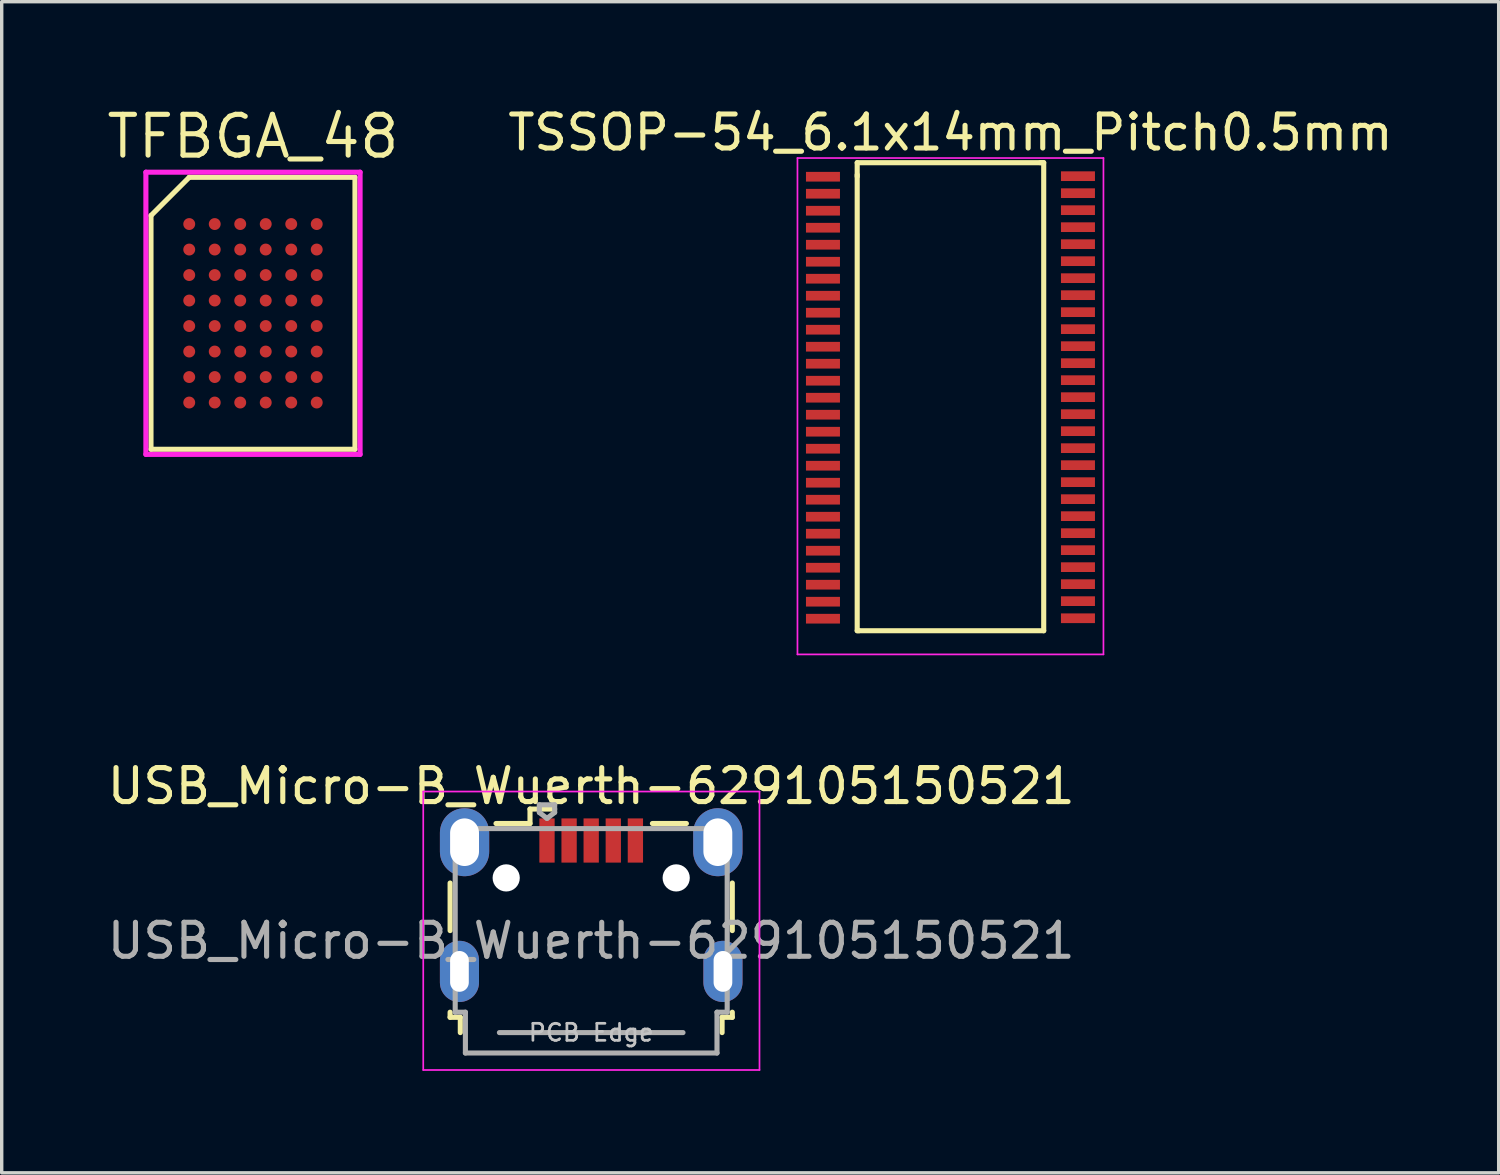
<source format=kicad_pcb>
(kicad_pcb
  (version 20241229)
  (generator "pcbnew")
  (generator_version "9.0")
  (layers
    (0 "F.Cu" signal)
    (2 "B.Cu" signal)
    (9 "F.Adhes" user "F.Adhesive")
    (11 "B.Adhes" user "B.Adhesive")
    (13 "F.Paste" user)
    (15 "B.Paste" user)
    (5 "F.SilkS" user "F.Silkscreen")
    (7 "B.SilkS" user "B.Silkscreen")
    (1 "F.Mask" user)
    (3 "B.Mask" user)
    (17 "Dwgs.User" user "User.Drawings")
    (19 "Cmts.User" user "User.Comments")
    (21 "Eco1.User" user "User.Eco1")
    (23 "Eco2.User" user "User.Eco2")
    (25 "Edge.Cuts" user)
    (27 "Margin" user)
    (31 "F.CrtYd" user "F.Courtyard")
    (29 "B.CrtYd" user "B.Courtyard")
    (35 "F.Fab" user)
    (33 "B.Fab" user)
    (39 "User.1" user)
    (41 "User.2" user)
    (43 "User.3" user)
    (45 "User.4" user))
  (footprint "USB_Micro-B_Wuerth-629105150521"
    (layer "F.Cu")
    (at 14.339 23.572)
    (property "Reference" "USB_Micro-B_Wuerth-629105150521" (at 0 -3.5 0) (layer "F.SilkS") (effects (font (size 1 1) (thickness 0.15))))
    (attr smd)
    (fp_line (start -4.15 -0.65) (end -4.15 0.75) (stroke (width 0.15) (type solid)) (layer "F.SilkS"))
    (fp_line (start -4.15 3.15) (end -4.15 3.3) (stroke (width 0.15) (type solid)) (layer "F.SilkS"))
    (fp_line (start -4.15 3.3) (end -3.85 3.3) (stroke (width 0.15) (type solid)) (layer "F.SilkS"))
    (fp_line (start -3.85 3.3) (end -3.85 3.75) (stroke (width 0.15) (type solid)) (layer "F.SilkS"))
    (fp_line (start -1.8 -2.825) (end -1.8 -2.4) (stroke (width 0.15) (type solid)) (layer "F.SilkS"))
    (fp_line (start -1.8 -2.4) (end -2.8 -2.4) (stroke (width 0.15) (type solid)) (layer "F.SilkS"))
    (fp_line (start -1.075 -2.825) (end -1.8 -2.825) (stroke (width 0.15) (type solid)) (layer "F.SilkS"))
    (fp_line (start 1.8 -2.4) (end 2.8 -2.4) (stroke (width 0.15) (type solid)) (layer "F.SilkS"))
    (fp_line (start 3.85 3.3) (end 4.15 3.3) (stroke (width 0.15) (type solid)) (layer "F.SilkS"))
    (fp_line (start 3.85 3.75) (end 3.85 3.3) (stroke (width 0.15) (type solid)) (layer "F.SilkS"))
    (fp_line (start 4.15 0.75) (end 4.15 -0.65) (stroke (width 0.15) (type solid)) (layer "F.SilkS"))
    (fp_line (start 4.15 3.3) (end 4.15 3.15) (stroke (width 0.15) (type solid)) (layer "F.SilkS"))
    (fp_line (start -4.94 -3.34) (end -4.94 4.85) (stroke (width 0.05) (type solid)) (layer "F.CrtYd"))
    (fp_line (start -4.94 4.85) (end 4.95 4.85) (stroke (width 0.05) (type solid)) (layer "F.CrtYd"))
    (fp_line (start 4.95 -3.34) (end -4.94 -3.34) (stroke (width 0.05) (type solid)) (layer "F.CrtYd"))
    (fp_line (start 4.95 4.85) (end 4.95 -3.34) (stroke (width 0.05) (type solid)) (layer "F.CrtYd"))
    (fp_line (start -4 -2.25) (end -4 3.15) (stroke (width 0.15) (type solid)) (layer "F.Fab"))
    (fp_line (start -4 3.15) (end -3.7 3.15) (stroke (width 0.15) (type solid)) (layer "F.Fab"))
    (fp_line (start -3.7 3.15) (end -3.7 4.35) (stroke (width 0.15) (type solid)) (layer "F.Fab"))
    (fp_line (start -3.7 4.35) (end 3.7 4.35) (stroke (width 0.15) (type solid)) (layer "F.Fab"))
    (fp_line (start -2.7 3.75) (end 2.7 3.75) (stroke (width 0.15) (type solid)) (layer "F.Fab"))
    (fp_line (start -1.525 -2.95) (end -1.075 -2.95) (stroke (width 0.15) (type solid)) (layer "F.Fab"))
    (fp_line (start -1.525 -2.725) (end -1.525 -2.95) (stroke (width 0.15) (type solid)) (layer "F.Fab"))
    (fp_line (start -1.3 -2.55) (end -1.525 -2.725) (stroke (width 0.15) (type solid)) (layer "F.Fab"))
    (fp_line (start -1.075 -2.95) (end -1.075 -2.725) (stroke (width 0.15) (type solid)) (layer "F.Fab"))
    (fp_line (start -1.075 -2.725) (end -1.3 -2.55) (stroke (width 0.15) (type solid)) (layer "F.Fab"))
    (fp_line (start 3.7 3.15) (end 4 3.15) (stroke (width 0.15) (type solid)) (layer "F.Fab"))
    (fp_line (start 3.7 4.35) (end 3.7 3.15) (stroke (width 0.15) (type solid)) (layer "F.Fab"))
    (fp_line (start 4 -2.25) (end -4 -2.25) (stroke (width 0.15) (type solid)) (layer "F.Fab"))
    (fp_line (start 4 3.15) (end 4 -2.25) (stroke (width 0.15) (type solid)) (layer "F.Fab"))
    (fp_text user "PCB Edge" (at 0 3.75 0) (layer "Dwgs.User") (effects (font (size 0.5 0.5) (thickness 0.08))))
    (fp_text user "${REFERENCE}" (at 0 1.05 0) (layer "F.Fab") (effects (font (size 1 1) (thickness 0.15))))
    (pad "" np_thru_hole oval (at -2.5 -0.8) (size 0.8 0.8) (drill 0.8) (layers "*.Cu" "*.Mask"))
    (pad "" np_thru_hole oval (at 2.5 -0.8) (size 0.8 0.8) (drill 0.8) (layers "*.Cu" "*.Mask"))
    (pad "1" smd rect (at -1.3 -1.9) (size 0.45 1.3) (layers "F.Cu" "F.Mask" "F.Paste"))
    (pad "2" smd rect (at -0.65 -1.9) (size 0.45 1.3) (layers "F.Cu" "F.Mask" "F.Paste"))
    (pad "3" smd rect (at 0 -1.9) (size 0.45 1.3) (layers "F.Cu" "F.Mask" "F.Paste"))
    (pad "4" smd rect (at 0.65 -1.9) (size 0.45 1.3) (layers "F.Cu" "F.Mask" "F.Paste"))
    (pad "5" smd rect (at 1.3 -1.9) (size 0.45 1.3) (layers "F.Cu" "F.Mask" "F.Paste"))
    (pad "6" thru_hole oval (at -3.875 1.95) (size 1.15 1.8) (drill oval 0.55 1.2) (layers "*.Cu" "*.Mask"))
    (pad "6" thru_hole oval (at -3.725 -1.85) (size 1.45 2) (drill oval 0.85 1.4) (layers "*.Cu" "*.Mask"))
    (pad "6" thru_hole oval (at 3.725 -1.85) (size 1.45 2) (drill oval 0.85 1.4) (layers "*.Cu" "*.Mask"))
    (pad "6" thru_hole oval (at 3.875 1.95) (size 1.15 1.8) (drill oval 0.55 1.2) (layers "*.Cu" "*.Mask")))
  (footprint "TSSOP-54_6.1x14mm_Pitch0.5mm"
    (layer "F.Cu")
    (at 24.906 8.898)
    (property "Reference" "TSSOP-54_6.1x14mm_Pitch0.5mm" (at 0 -8.05 0) (layer "F.SilkS") (effects (font (size 1 1) (thickness 0.15))))
    (attr smd)
    (fp_line (start -2.743 -7.163) (end 2.642 -7.163) (stroke (width 0.15) (type solid)) (layer "F.SilkS"))
    (fp_line (start -2.743 -6.756) (end -2.743 -7.163) (stroke (width 0.15) (type solid)) (layer "F.SilkS"))
    (fp_line (start -2.743 6.604) (end -2.743 -6.807) (stroke (width 0.15) (type solid)) (layer "F.SilkS"))
    (fp_line (start -2.692 6.604) (end -2.743 6.604) (stroke (width 0.15) (type solid)) (layer "F.SilkS"))
    (fp_line (start 2.642 -7.163) (end 2.692 -7.163) (stroke (width 0.15) (type solid)) (layer "F.SilkS"))
    (fp_line (start 2.692 -7.163) (end 2.743 -7.163) (stroke (width 0.15) (type solid)) (layer "F.SilkS"))
    (fp_line (start 2.743 -7.163) (end 2.743 6.604) (stroke (width 0.15) (type solid)) (layer "F.SilkS"))
    (fp_line (start 2.743 6.604) (end -2.692 6.604) (stroke (width 0.15) (type solid)) (layer "F.SilkS"))
    (fp_line (start -4.5 -7.3) (end -4.5 7.3) (stroke (width 0.05) (type solid)) (layer "F.CrtYd"))
    (fp_line (start -4.5 -7.3) (end 4.5 -7.3) (stroke (width 0.05) (type solid)) (layer "F.CrtYd"))
    (fp_line (start -4.5 7.3) (end 4.5 7.3) (stroke (width 0.05) (type solid)) (layer "F.CrtYd"))
    (fp_line (start 4.5 -7.3) (end 4.5 7.3) (stroke (width 0.05) (type solid)) (layer "F.CrtYd"))
    (pad "1" smd rect (at -3.75 -6.75) (size 1 0.285) (layers "F.Cu" "F.Mask" "F.Paste"))
    (pad "2" smd rect (at -3.75 -6.25) (size 1 0.285) (layers "F.Cu" "F.Mask" "F.Paste"))
    (pad "3" smd rect (at -3.75 -5.75) (size 1 0.285) (layers "F.Cu" "F.Mask" "F.Paste"))
    (pad "4" smd rect (at -3.75 -5.25) (size 1 0.285) (layers "F.Cu" "F.Mask" "F.Paste"))
    (pad "5" smd rect (at -3.75 -4.75) (size 1 0.285) (layers "F.Cu" "F.Mask" "F.Paste"))
    (pad "6" smd rect (at -3.75 -4.25) (size 1 0.285) (layers "F.Cu" "F.Mask" "F.Paste"))
    (pad "7" smd rect (at -3.75 -3.75) (size 1 0.285) (layers "F.Cu" "F.Mask" "F.Paste"))
    (pad "8" smd rect (at -3.75 -3.25) (size 1 0.285) (layers "F.Cu" "F.Mask" "F.Paste"))
    (pad "9" smd rect (at -3.75 -2.75) (size 1 0.285) (layers "F.Cu" "F.Mask" "F.Paste"))
    (pad "10" smd rect (at -3.75 -2.25) (size 1 0.285) (layers "F.Cu" "F.Mask" "F.Paste"))
    (pad "11" smd rect (at -3.75 -1.75) (size 1 0.285) (layers "F.Cu" "F.Mask" "F.Paste"))
    (pad "12" smd rect (at -3.75 -1.25) (size 1 0.285) (layers "F.Cu" "F.Mask" "F.Paste"))
    (pad "13" smd rect (at -3.75 -0.75) (size 1 0.285) (layers "F.Cu" "F.Mask" "F.Paste"))
    (pad "14" smd rect (at -3.75 -0.25) (size 1 0.285) (layers "F.Cu" "F.Mask" "F.Paste"))
    (pad "15" smd rect (at -3.75 0.25) (size 1 0.285) (layers "F.Cu" "F.Mask" "F.Paste"))
    (pad "16" smd rect (at -3.75 0.75) (size 1 0.285) (layers "F.Cu" "F.Mask" "F.Paste"))
    (pad "17" smd rect (at -3.75 1.25) (size 1 0.285) (layers "F.Cu" "F.Mask" "F.Paste"))
    (pad "18" smd rect (at -3.75 1.75) (size 1 0.285) (layers "F.Cu" "F.Mask" "F.Paste"))
    (pad "19" smd rect (at -3.75 2.25) (size 1 0.285) (layers "F.Cu" "F.Mask" "F.Paste"))
    (pad "20" smd rect (at -3.75 2.75) (size 1 0.285) (layers "F.Cu" "F.Mask" "F.Paste"))
    (pad "21" smd rect (at -3.75 3.25) (size 1 0.285) (layers "F.Cu" "F.Mask" "F.Paste"))
    (pad "22" smd rect (at -3.75 3.75) (size 1 0.285) (layers "F.Cu" "F.Mask" "F.Paste"))
    (pad "23" smd rect (at -3.75 4.25) (size 1 0.285) (layers "F.Cu" "F.Mask" "F.Paste"))
    (pad "24" smd rect (at -3.75 4.75) (size 1 0.285) (layers "F.Cu" "F.Mask" "F.Paste"))
    (pad "25" smd rect (at -3.75 5.25) (size 1 0.285) (layers "F.Cu" "F.Mask" "F.Paste"))
    (pad "26" smd rect (at -3.75 5.75) (size 1 0.285) (layers "F.Cu" "F.Mask" "F.Paste"))
    (pad "27" smd rect (at -3.75 6.25) (size 1 0.285) (layers "F.Cu" "F.Mask" "F.Paste"))
    (pad "28" smd rect (at 3.75 6.237) (size 1 0.285) (layers "F.Cu" "F.Mask" "F.Paste"))
    (pad "29" smd rect (at 3.75 5.734) (size 1 0.285) (layers "F.Cu" "F.Mask" "F.Paste"))
    (pad "30" smd rect (at 3.75 5.234) (size 1 0.285) (layers "F.Cu" "F.Mask" "F.Paste"))
    (pad "31" smd rect (at 3.75 4.734) (size 1 0.285) (layers "F.Cu" "F.Mask" "F.Paste"))
    (pad "32" smd rect (at 3.75 4.234) (size 1 0.285) (layers "F.Cu" "F.Mask" "F.Paste"))
    (pad "33" smd rect (at 3.75 3.734) (size 1 0.285) (layers "F.Cu" "F.Mask" "F.Paste"))
    (pad "34" smd rect (at 3.75 3.234) (size 1 0.285) (layers "F.Cu" "F.Mask" "F.Paste"))
    (pad "35" smd rect (at 3.75 2.734) (size 1 0.285) (layers "F.Cu" "F.Mask" "F.Paste"))
    (pad "36" smd rect (at 3.75 2.234) (size 1 0.285) (layers "F.Cu" "F.Mask" "F.Paste"))
    (pad "37" smd rect (at 3.75 1.734) (size 1 0.285) (layers "F.Cu" "F.Mask" "F.Paste"))
    (pad "38" smd rect (at 3.75 1.234) (size 1 0.285) (layers "F.Cu" "F.Mask" "F.Paste"))
    (pad "39" smd rect (at 3.75 0.734) (size 1 0.285) (layers "F.Cu" "F.Mask" "F.Paste"))
    (pad "40" smd rect (at 3.75 0.234) (size 1 0.285) (layers "F.Cu" "F.Mask" "F.Paste"))
    (pad "41" smd rect (at 3.75 -0.266) (size 1 0.285) (layers "F.Cu" "F.Mask" "F.Paste"))
    (pad "42" smd rect (at 3.75 -0.766) (size 1 0.285) (layers "F.Cu" "F.Mask" "F.Paste"))
    (pad "43" smd rect (at 3.75 -1.266) (size 1 0.285) (layers "F.Cu" "F.Mask" "F.Paste"))
    (pad "44" smd rect (at 3.75 -1.766) (size 1 0.285) (layers "F.Cu" "F.Mask" "F.Paste"))
    (pad "45" smd rect (at 3.75 -2.266) (size 1 0.285) (layers "F.Cu" "F.Mask" "F.Paste"))
    (pad "46" smd rect (at 3.75 -2.766) (size 1 0.285) (layers "F.Cu" "F.Mask" "F.Paste"))
    (pad "47" smd rect (at 3.75 -3.266) (size 1 0.285) (layers "F.Cu" "F.Mask" "F.Paste"))
    (pad "48" smd rect (at 3.75 -3.766) (size 1 0.285) (layers "F.Cu" "F.Mask" "F.Paste"))
    (pad "49" smd rect (at 3.75 -4.266) (size 1 0.285) (layers "F.Cu" "F.Mask" "F.Paste"))
    (pad "50" smd rect (at 3.75 -4.766) (size 1 0.285) (layers "F.Cu" "F.Mask" "F.Paste"))
    (pad "51" smd rect (at 3.75 -5.266) (size 1 0.285) (layers "F.Cu" "F.Mask" "F.Paste"))
    (pad "52" smd rect (at 3.75 -5.766) (size 1 0.285) (layers "F.Cu" "F.Mask" "F.Paste"))
    (pad "53" smd rect (at 3.75 -6.266) (size 1 0.285) (layers "F.Cu" "F.Mask" "F.Paste"))
    (pad "54" smd rect (at 3.75 -6.766) (size 1 0.285) (layers "F.Cu" "F.Mask" "F.Paste")))
  (footprint "TFBGA_48"
    (layer "F.Cu")
    (at 4.391 6.165)
    (property "Reference" "TFBGA_48" (at 0 -5.2 0) (layer "F.SilkS") (effects (font (size 1.2 1.2) (thickness 0.15))))
    (attr through_hole)
    (fp_line (start -3 -2.875) (end -3 4) (stroke (width 0.15) (type solid)) (layer "F.SilkS"))
    (fp_line (start -3 4) (end 3 4) (stroke (width 0.15) (type solid)) (layer "F.SilkS"))
    (fp_line (start -1.875 -4) (end -3 -2.875) (stroke (width 0.15) (type solid)) (layer "F.SilkS"))
    (fp_line (start 3 -4) (end -1.875 -4) (stroke (width 0.15) (type solid)) (layer "F.SilkS"))
    (fp_line (start 3 4) (end 3 -4) (stroke (width 0.15) (type solid)) (layer "F.SilkS"))
    (fp_line (start -3.15 -4.15) (end 3.15 -4.15) (stroke (width 0.15) (type solid)) (layer "F.CrtYd"))
    (fp_line (start -3.15 4.15) (end -3.15 -4.15) (stroke (width 0.15) (type solid)) (layer "F.CrtYd"))
    (fp_line (start 3.15 -4.15) (end 3.15 4.15) (stroke (width 0.15) (type solid)) (layer "F.CrtYd"))
    (fp_line (start 3.15 4.15) (end -3.15 4.15) (stroke (width 0.15) (type solid)) (layer "F.CrtYd"))
    (pad "A1" smd circle (at -1.875 -2.625) (size 0.35 0.35) (layers "F.Cu" "F.Mask" "F.Paste"))
    (pad "A2" smd circle (at -1.125 -2.625) (size 0.35 0.35) (layers "F.Cu" "F.Mask" "F.Paste"))
    (pad "A3" smd circle (at -0.375 -2.625) (size 0.35 0.35) (layers "F.Cu" "F.Mask" "F.Paste"))
    (pad "A4" smd circle (at 0.375 -2.625) (size 0.35 0.35) (layers "F.Cu" "F.Mask" "F.Paste"))
    (pad "A5" smd circle (at 1.125 -2.625) (size 0.35 0.35) (layers "F.Cu" "F.Mask" "F.Paste"))
    (pad "A6" smd circle (at 1.875 -2.625) (size 0.35 0.35) (layers "F.Cu" "F.Mask" "F.Paste"))
    (pad "B1" smd circle (at -1.875 -1.875) (size 0.35 0.35) (layers "F.Cu" "F.Mask" "F.Paste"))
    (pad "B2" smd circle (at -1.125 -1.875) (size 0.35 0.35) (layers "F.Cu" "F.Mask" "F.Paste"))
    (pad "B3" smd circle (at -0.375 -1.875) (size 0.35 0.35) (layers "F.Cu" "F.Mask" "F.Paste"))
    (pad "B4" smd circle (at 0.375 -1.875) (size 0.35 0.35) (layers "F.Cu" "F.Mask" "F.Paste"))
    (pad "B5" smd circle (at 1.125 -1.875) (size 0.35 0.35) (layers "F.Cu" "F.Mask" "F.Paste"))
    (pad "B6" smd circle (at 1.875 -1.875) (size 0.35 0.35) (layers "F.Cu" "F.Mask" "F.Paste"))
    (pad "C1" smd circle (at -1.875 -1.125) (size 0.35 0.35) (layers "F.Cu" "F.Mask" "F.Paste"))
    (pad "C2" smd circle (at -1.125 -1.125) (size 0.35 0.35) (layers "F.Cu" "F.Mask" "F.Paste"))
    (pad "C3" smd circle (at -0.375 -1.125) (size 0.35 0.35) (layers "F.Cu" "F.Mask" "F.Paste"))
    (pad "C4" smd circle (at 0.375 -1.125) (size 0.35 0.35) (layers "F.Cu" "F.Mask" "F.Paste"))
    (pad "C5" smd circle (at 1.125 -1.125) (size 0.35 0.35) (layers "F.Cu" "F.Mask" "F.Paste"))
    (pad "C6" smd circle (at 1.875 -1.125) (size 0.35 0.35) (layers "F.Cu" "F.Mask" "F.Paste"))
    (pad "D1" smd circle (at -1.875 -0.375) (size 0.35 0.35) (layers "F.Cu" "F.Mask" "F.Paste"))
    (pad "D2" smd circle (at -1.125 -0.375) (size 0.35 0.35) (layers "F.Cu" "F.Mask" "F.Paste"))
    (pad "D3" smd circle (at -0.375 -0.375) (size 0.35 0.35) (layers "F.Cu" "F.Mask" "F.Paste"))
    (pad "D4" smd circle (at 0.375 -0.375) (size 0.35 0.35) (layers "F.Cu" "F.Mask" "F.Paste"))
    (pad "D5" smd circle (at 1.125 -0.375) (size 0.35 0.35) (layers "F.Cu" "F.Mask" "F.Paste"))
    (pad "D6" smd circle (at 1.875 -0.375) (size 0.35 0.35) (layers "F.Cu" "F.Mask" "F.Paste"))
    (pad "E1" smd circle (at -1.875 0.375) (size 0.35 0.35) (layers "F.Cu" "F.Mask" "F.Paste"))
    (pad "E2" smd circle (at -1.125 0.375) (size 0.35 0.35) (layers "F.Cu" "F.Mask" "F.Paste"))
    (pad "E3" smd circle (at -0.375 0.375) (size 0.35 0.35) (layers "F.Cu" "F.Mask" "F.Paste"))
    (pad "E4" smd circle (at 0.375 0.375) (size 0.35 0.35) (layers "F.Cu" "F.Mask" "F.Paste"))
    (pad "E5" smd circle (at 1.125 0.375) (size 0.35 0.35) (layers "F.Cu" "F.Mask" "F.Paste"))
    (pad "E6" smd circle (at 1.875 0.375) (size 0.35 0.35) (layers "F.Cu" "F.Mask" "F.Paste"))
    (pad "F1" smd circle (at -1.875 1.125) (size 0.35 0.35) (layers "F.Cu" "F.Mask" "F.Paste"))
    (pad "F2" smd circle (at -1.125 1.125) (size 0.35 0.35) (layers "F.Cu" "F.Mask" "F.Paste"))
    (pad "F3" smd circle (at -0.375 1.125) (size 0.35 0.35) (layers "F.Cu" "F.Mask" "F.Paste"))
    (pad "F4" smd circle (at 0.375 1.125) (size 0.35 0.35) (layers "F.Cu" "F.Mask" "F.Paste"))
    (pad "F5" smd circle (at 1.125 1.125) (size 0.35 0.35) (layers "F.Cu" "F.Mask" "F.Paste"))
    (pad "F6" smd circle (at 1.875 1.125) (size 0.35 0.35) (layers "F.Cu" "F.Mask" "F.Paste"))
    (pad "G1" smd circle (at -1.875 1.875) (size 0.35 0.35) (layers "F.Cu" "F.Mask" "F.Paste"))
    (pad "G2" smd circle (at -1.125 1.875) (size 0.35 0.35) (layers "F.Cu" "F.Mask" "F.Paste"))
    (pad "G3" smd circle (at -0.375 1.875) (size 0.35 0.35) (layers "F.Cu" "F.Mask" "F.Paste"))
    (pad "G4" smd circle (at 0.375 1.875) (size 0.35 0.35) (layers "F.Cu" "F.Mask" "F.Paste"))
    (pad "G5" smd circle (at 1.125 1.875) (size 0.35 0.35) (layers "F.Cu" "F.Mask" "F.Paste"))
    (pad "G6" smd circle (at 1.875 1.875) (size 0.35 0.35) (layers "F.Cu" "F.Mask" "F.Paste"))
    (pad "H1" smd circle (at -1.875 2.625) (size 0.35 0.35) (layers "F.Cu" "F.Mask" "F.Paste"))
    (pad "H2" smd circle (at -1.125 2.625) (size 0.35 0.35) (layers "F.Cu" "F.Mask" "F.Paste"))
    (pad "H3" smd circle (at -0.375 2.625) (size 0.35 0.35) (layers "F.Cu" "F.Mask" "F.Paste"))
    (pad "H4" smd circle (at 0.375 2.625) (size 0.35 0.35) (layers "F.Cu" "F.Mask" "F.Paste"))
    (pad "H5" smd circle (at 1.125 2.625) (size 0.35 0.35) (layers "F.Cu" "F.Mask" "F.Paste"))
    (pad "H6" smd circle (at 1.875 2.625) (size 0.35 0.35) (layers "F.Cu" "F.Mask" "F.Paste")))
  (gr_rect
    (start -3 -3)
    (end 41.031 31.447)
    (stroke (width 0.1) (type default))
    (fill no)
    (layer "Edge.Cuts")))
</source>
